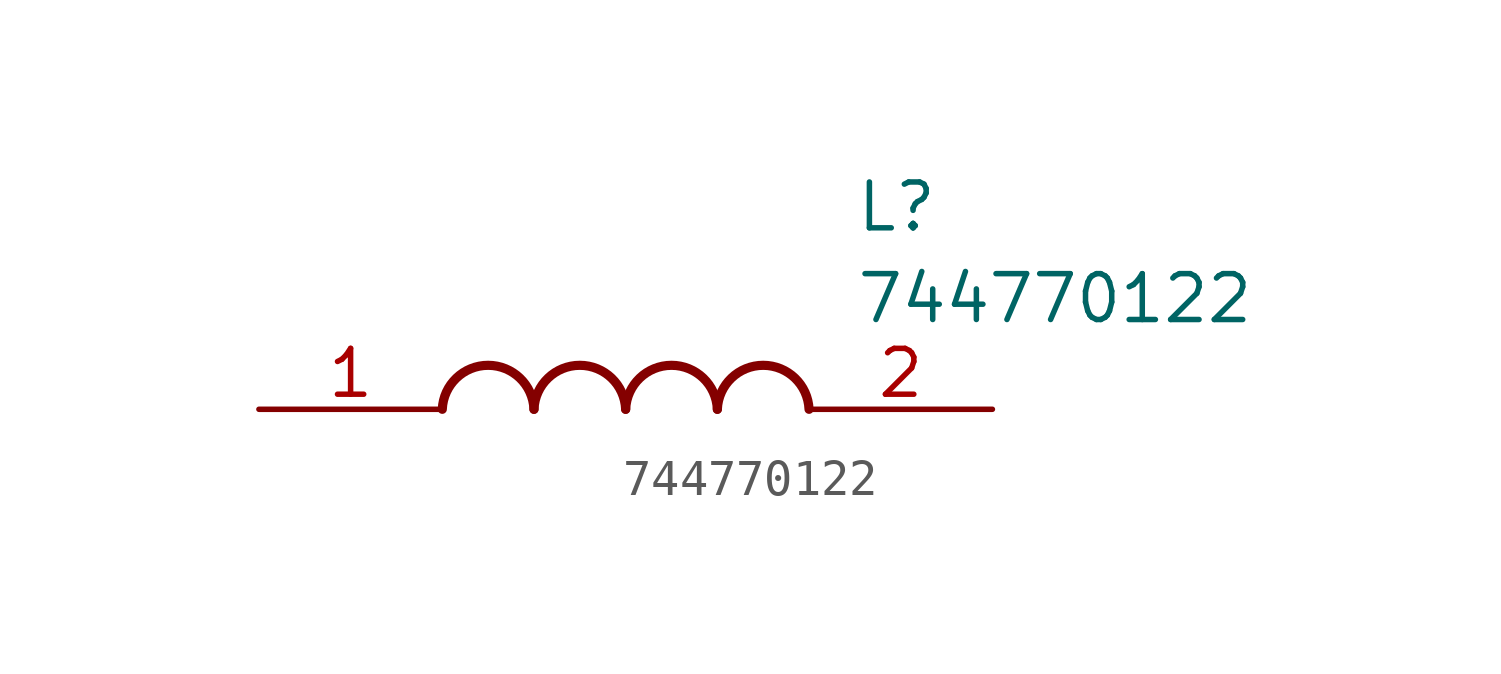
<source format=kicad_sym>
(kicad_symbol_lib
  (version 20220914)
  (generator SamacSys_ECAD_Model)
  (symbol "744770122"
    (pin_names hide)
    (property "Reference" "L"
      (at 16.51 6.35 0)
      (effects (font (size 1.27 1.27)) (justify left top)))
    (property "Value" "744770122"
      (at 16.51 3.81 0)
      (effects (font (size 1.27 1.27)) (justify left top)))
    (arc
      (start 7.62 0)
      (mid 6.35 1.219)
      (end 5.08 0)
      (stroke (width 0.254) (type default))
      (fill (type none)))
    (arc
      (start 10.16 0)
      (mid 8.89 1.219)
      (end 7.62 0)
      (stroke (width 0.254) (type default))
      (fill (type none)))
    (arc
      (start 12.7 0)
      (mid 11.43 1.219)
      (end 10.16 0)
      (stroke (width 0.254) (type default))
      (fill (type none)))
    (arc
      (start 15.24 0)
      (mid 13.97 1.219)
      (end 12.7 0)
      (stroke (width 0.254) (type default))
      (fill (type none)))
    (pin passive line
      (at 0 0 0)
      (length 5.08)
      (name "1" (effects (font (size 1.27 1.27))))
      (number "1" (effects (font (size 1.27 1.27)))))
    (pin passive line
      (at 20.32 0 180)
      (length 5.08)
      (name "2" (effects (font (size 1.27 1.27))))
      (number "2" (effects (font (size 1.27 1.27)))))))
</source>
